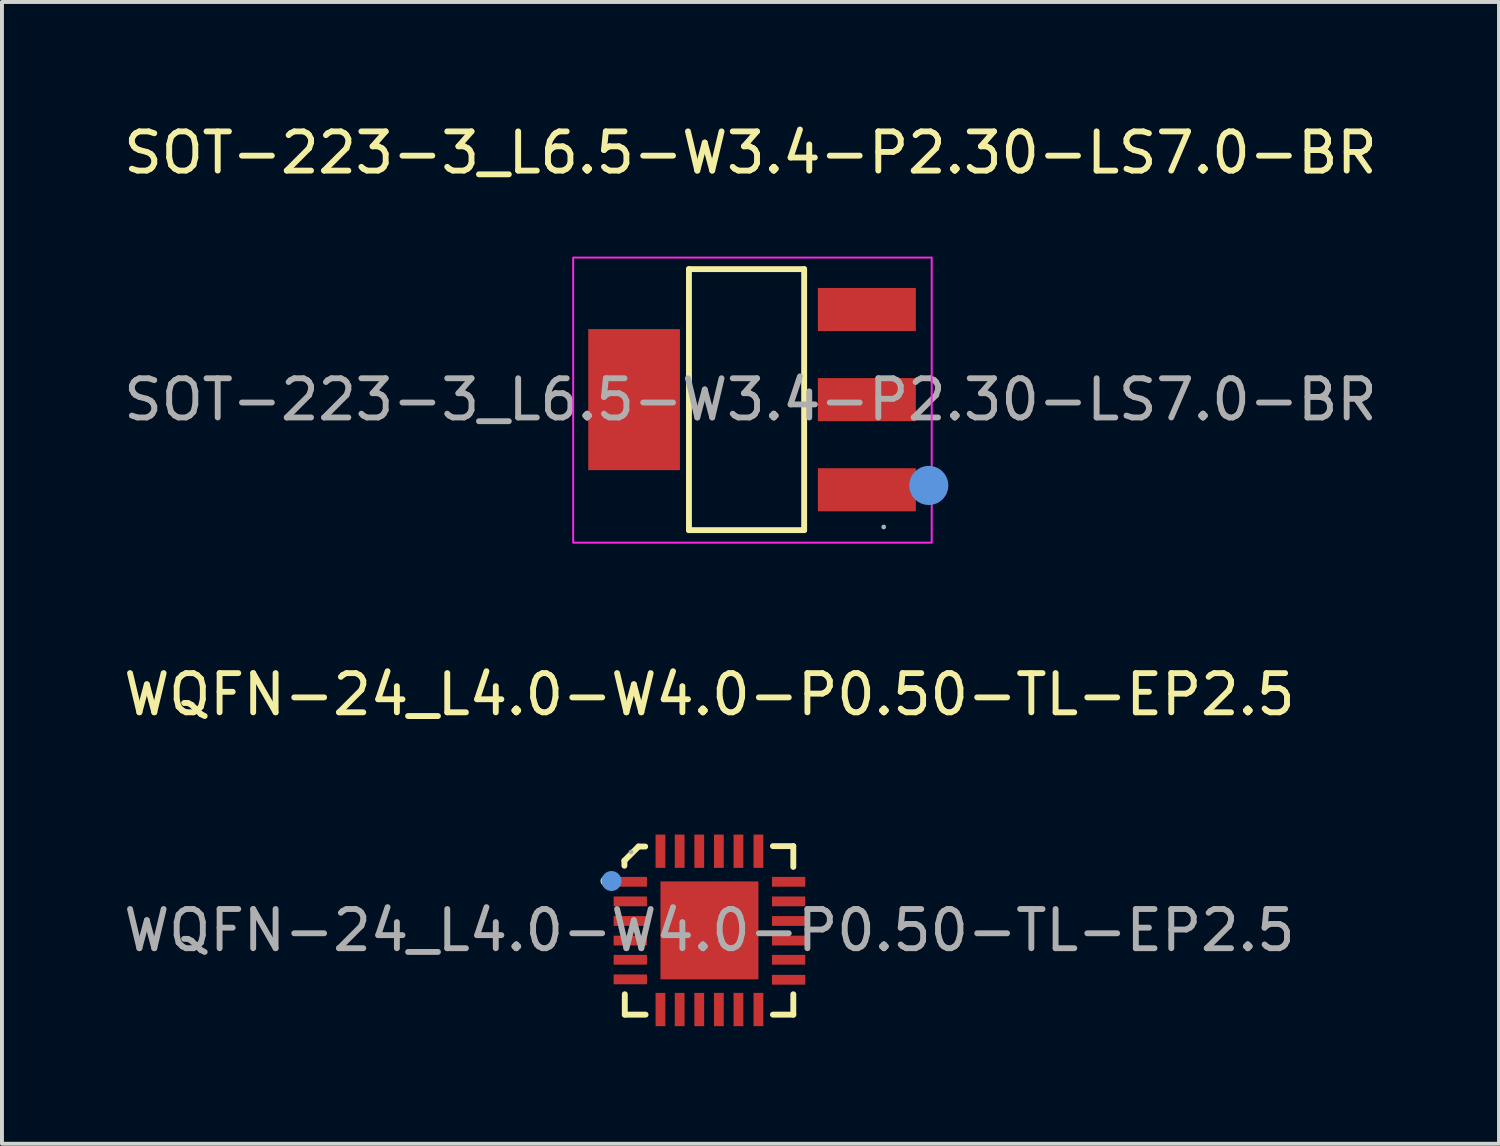
<source format=kicad_pcb>
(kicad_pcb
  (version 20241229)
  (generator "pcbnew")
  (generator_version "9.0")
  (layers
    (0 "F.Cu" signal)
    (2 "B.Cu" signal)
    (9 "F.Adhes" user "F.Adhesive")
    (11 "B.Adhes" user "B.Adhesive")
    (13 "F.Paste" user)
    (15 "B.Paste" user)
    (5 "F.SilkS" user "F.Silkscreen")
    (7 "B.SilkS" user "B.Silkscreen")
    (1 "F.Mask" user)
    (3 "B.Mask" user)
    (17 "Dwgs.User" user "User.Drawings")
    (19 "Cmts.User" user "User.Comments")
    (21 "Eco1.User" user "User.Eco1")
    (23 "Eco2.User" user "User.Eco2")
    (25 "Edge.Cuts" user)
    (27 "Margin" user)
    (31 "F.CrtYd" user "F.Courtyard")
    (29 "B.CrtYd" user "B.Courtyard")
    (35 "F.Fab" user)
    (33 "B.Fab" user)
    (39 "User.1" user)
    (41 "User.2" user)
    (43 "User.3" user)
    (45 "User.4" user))
  (footprint "WQFN-24_L4.0-W4.0-P0.50-TL-EP2.5"
    (layer "F.Cu")
    (at 15.054 20.692)
    (property "Reference" "WQFN-24_L4.0-W4.0-P0.50-TL-EP2.5" (at 0 -6.02 0) (layer "F.SilkS") (effects (font (size 1 1) (thickness 0.15))))
    (attr smd)
    (fp_line (start -2.17 -1.78) (end -2.17 -1.65) (stroke (width 0.15) (type solid)) (layer "F.SilkS"))
    (fp_line (start -2.16 2.15) (end -2.16 1.63) (stroke (width 0.15) (type solid)) (layer "F.SilkS"))
    (fp_line (start -1.81 -2.14) (end -2.17 -1.78) (stroke (width 0.15) (type solid)) (layer "F.SilkS"))
    (fp_line (start -1.64 -2.14) (end -1.81 -2.14) (stroke (width 0.15) (type solid)) (layer "F.SilkS"))
    (fp_line (start -1.63 2.15) (end -2.16 2.15) (stroke (width 0.15) (type solid)) (layer "F.SilkS"))
    (fp_line (start 1.62 -2.15) (end 2.14 -2.15) (stroke (width 0.15) (type solid)) (layer "F.SilkS"))
    (fp_line (start 1.62 2.15) (end 2.14 2.15) (stroke (width 0.15) (type solid)) (layer "F.SilkS"))
    (fp_line (start 2.14 -2.15) (end 2.14 -1.62) (stroke (width 0.15) (type solid)) (layer "F.SilkS"))
    (fp_line (start 2.14 2.15) (end 2.14 1.63) (stroke (width 0.15) (type solid)) (layer "F.SilkS"))
    (fp_circle (center -2.65 -1.26) (end -2.57 -1.26) (stroke (width 0.1) (type solid)) (fill no) (layer "F.SilkS"))
    (fp_circle (center -2.5 -1.26) (end -2.37 -1.26) (stroke (width 0.25) (type solid)) (fill no) (layer "Cmts.User"))
    (fp_circle (center -2 -2) (end -1.97 -2) (stroke (width 0.06) (type solid)) (fill no) (layer "F.Fab"))
    (fp_text user "${REFERENCE}" (at 0 0 0) (layer "F.Fab") (effects (font (size 1 1) (thickness 0.15))))
    (pad "1" smd rect (at -2.02 -1.24) (size 0.85 0.25) (layers "F.Cu" "F.Mask" "F.Paste"))
    (pad "2" smd rect (at -2.02 -0.74) (size 0.85 0.25) (layers "F.Cu" "F.Mask" "F.Paste"))
    (pad "3" smd rect (at -2.02 -0.24) (size 0.85 0.25) (layers "F.Cu" "F.Mask" "F.Paste"))
    (pad "4" smd rect (at -2.02 0.26) (size 0.85 0.25) (layers "F.Cu" "F.Mask" "F.Paste"))
    (pad "5" smd rect (at -2.02 0.75) (size 0.85 0.25) (layers "F.Cu" "F.Mask" "F.Paste"))
    (pad "6" smd rect (at -2.02 1.25) (size 0.85 0.25) (layers "F.Cu" "F.Mask" "F.Paste"))
    (pad "7" smd rect (at -1.25 2.02 90) (size 0.85 0.25) (layers "F.Cu" "F.Mask" "F.Paste"))
    (pad "8" smd rect (at -0.76 2.02 90) (size 0.85 0.25) (layers "F.Cu" "F.Mask" "F.Paste"))
    (pad "9" smd rect (at -0.26 2.02 90) (size 0.85 0.25) (layers "F.Cu" "F.Mask" "F.Paste"))
    (pad "10" smd rect (at 0.24 2.02 90) (size 0.85 0.25) (layers "F.Cu" "F.Mask" "F.Paste"))
    (pad "11" smd rect (at 0.74 2.02 90) (size 0.85 0.25) (layers "F.Cu" "F.Mask" "F.Paste"))
    (pad "12" smd rect (at 1.25 2.02 90) (size 0.85 0.25) (layers "F.Cu" "F.Mask" "F.Paste"))
    (pad "13" smd rect (at 2.02 1.26) (size 0.85 0.25) (layers "F.Cu" "F.Mask" "F.Paste"))
    (pad "14" smd rect (at 2.02 0.75) (size 0.85 0.25) (layers "F.Cu" "F.Mask" "F.Paste"))
    (pad "15" smd rect (at 2.02 0.26) (size 0.85 0.25) (layers "F.Cu" "F.Mask" "F.Paste"))
    (pad "16" smd rect (at 2.02 -0.24) (size 0.85 0.25) (layers "F.Cu" "F.Mask" "F.Paste"))
    (pad "17" smd rect (at 2.02 -0.74) (size 0.85 0.25) (layers "F.Cu" "F.Mask" "F.Paste"))
    (pad "18" smd rect (at 2.02 -1.24) (size 0.85 0.25) (layers "F.Cu" "F.Mask" "F.Paste"))
    (pad "19" smd rect (at 1.25 -2.02 90) (size 0.85 0.25) (layers "F.Cu" "F.Mask" "F.Paste"))
    (pad "20" smd rect (at 0.74 -2.02 90) (size 0.85 0.25) (layers "F.Cu" "F.Mask" "F.Paste"))
    (pad "21" smd rect (at 0.24 -2.02 90) (size 0.85 0.25) (layers "F.Cu" "F.Mask" "F.Paste"))
    (pad "22" smd rect (at -0.26 -2.02 90) (size 0.85 0.25) (layers "F.Cu" "F.Mask" "F.Paste"))
    (pad "23" smd rect (at -0.76 -2.02 90) (size 0.85 0.25) (layers "F.Cu" "F.Mask" "F.Paste"))
    (pad "24" smd rect (at -1.25 -2.02 90) (size 0.85 0.25) (layers "F.Cu" "F.Mask" "F.Paste"))
    (pad "25" smd rect (at 0 0) (size 2.5 2.5) (layers "F.Cu" "F.Mask" "F.Paste")))
  (footprint "SOT-223-3_L6.5-W3.4-P2.30-LS7.0-BR"
    (layer "F.Cu")
    (at 16.101 7.148)
    (property "Reference" "SOT-223-3_L6.5-W3.4-P2.30-LS7.0-BR" (at 0 -6.3 0) (layer "F.SilkS") (effects (font (size 1 1) (thickness 0.15))))
    (attr smd)
    (fp_line (start -1.57 -3.33) (end 1.37 -3.33) (stroke (width 0.15) (type solid)) (layer "F.SilkS"))
    (fp_line (start -1.57 3.33) (end -1.57 -3.33) (stroke (width 0.15) (type solid)) (layer "F.SilkS"))
    (fp_line (start 1.37 -3.33) (end 1.37 3.33) (stroke (width 0.15) (type solid)) (layer "F.SilkS"))
    (fp_line (start 1.37 3.33) (end -1.57 3.33) (stroke (width 0.15) (type solid)) (layer "F.SilkS"))
    (fp_circle (center 4.55 2.19) (end 4.8 2.19) (stroke (width 0.5) (type solid)) (fill no) (layer "Cmts.User"))
    (fp_rect (start -4.525 -3.625) (end 4.625 3.65) (stroke (width 0.05) (type default)) (fill no) (layer "F.CrtYd"))
    (fp_circle (center 3.4 3.25) (end 3.43 3.25) (stroke (width 0.06) (type solid)) (fill no) (layer "F.Fab"))
    (fp_text user "${REFERENCE}" (at 0 0 0) (layer "F.Fab") (effects (font (size 1 1) (thickness 0.15))))
    (pad "1" smd rect (at 2.97 2.3) (size 2.5 1.1) (layers "F.Cu" "F.Mask" "F.Paste"))
    (pad "2" smd rect (at 2.97 0) (size 2.5 1.1) (layers "F.Cu" "F.Mask" "F.Paste"))
    (pad "3" smd rect (at 2.97 -2.3) (size 2.5 1.1) (layers "F.Cu" "F.Mask" "F.Paste"))
    (pad "4" smd rect (at -2.97 0) (size 2.34 3.6) (layers "F.Cu" "F.Mask" "F.Paste")))
  (gr_rect
    (start -3 -3)
    (end 35.202 26.137)
    (stroke (width 0.1) (type default))
    (fill no)
    (layer "Edge.Cuts")))
</source>
